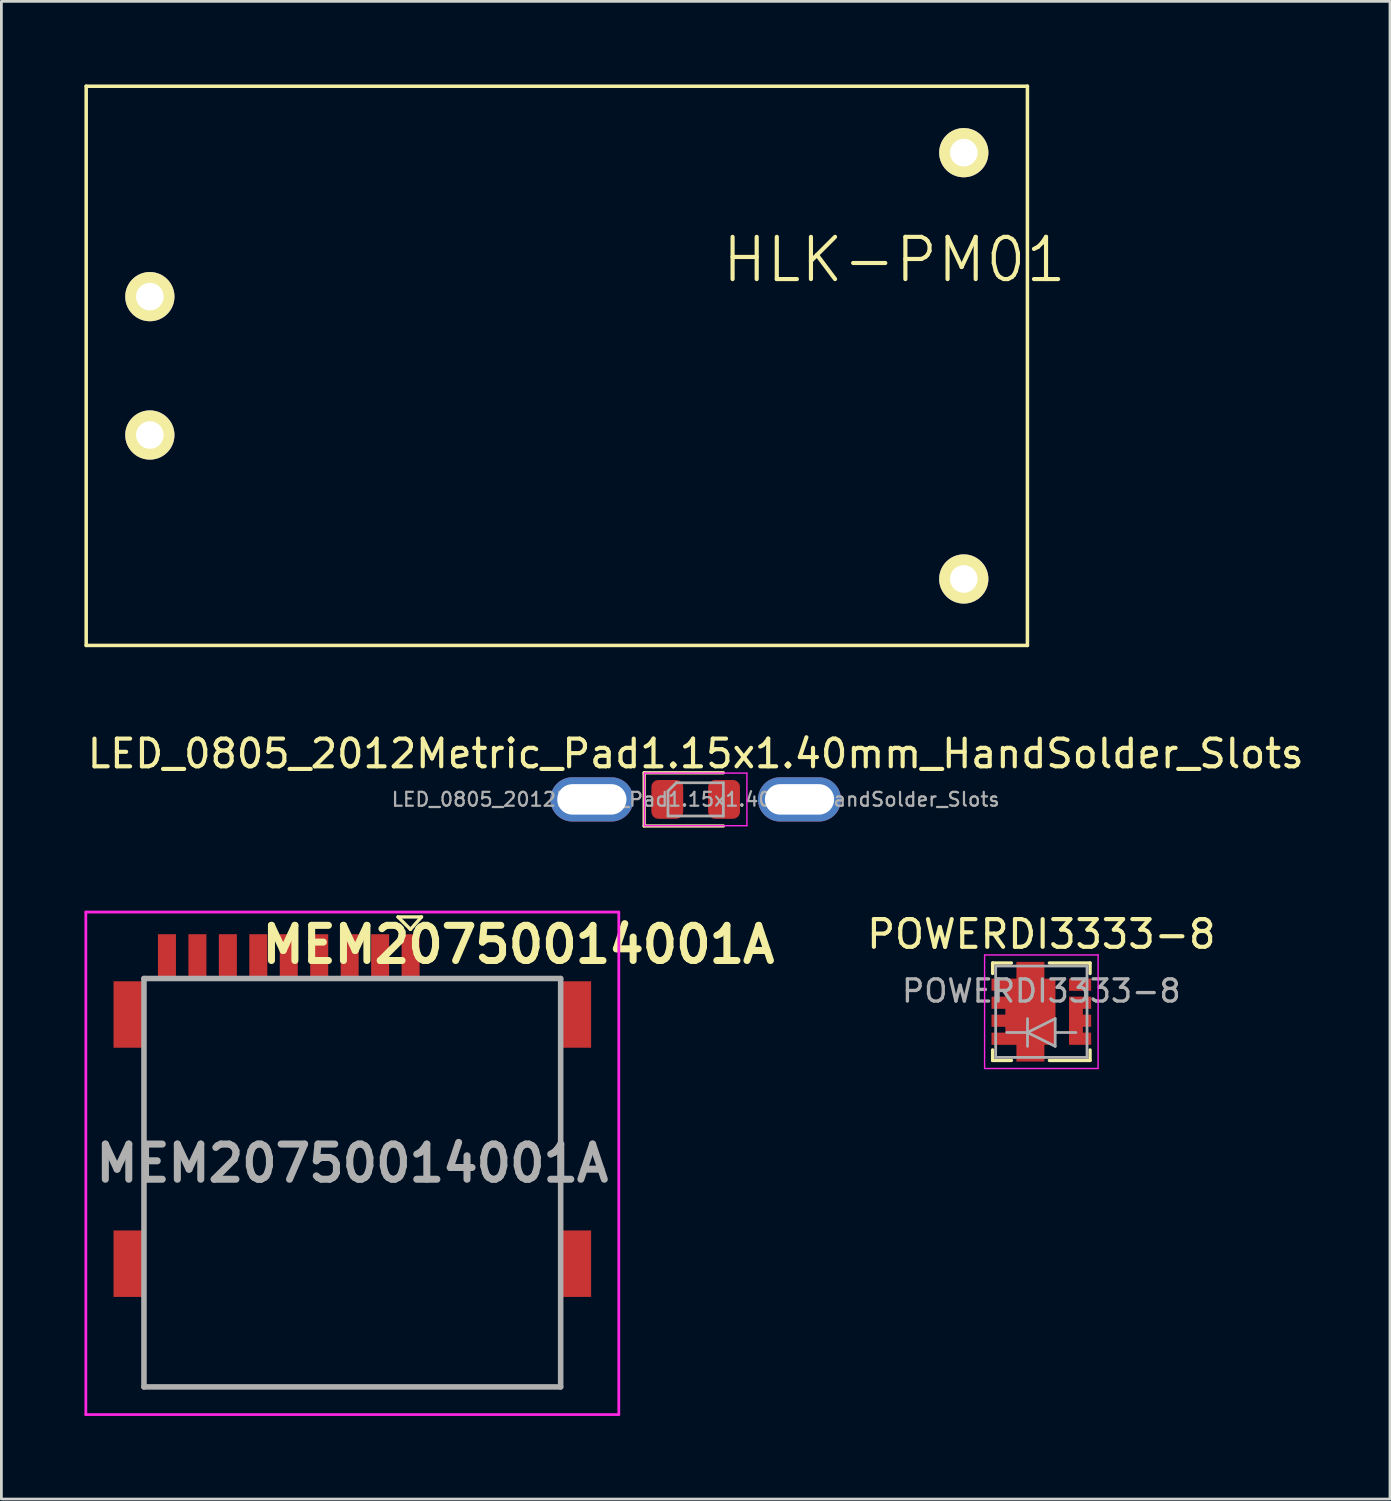
<source format=kicad_pcb>
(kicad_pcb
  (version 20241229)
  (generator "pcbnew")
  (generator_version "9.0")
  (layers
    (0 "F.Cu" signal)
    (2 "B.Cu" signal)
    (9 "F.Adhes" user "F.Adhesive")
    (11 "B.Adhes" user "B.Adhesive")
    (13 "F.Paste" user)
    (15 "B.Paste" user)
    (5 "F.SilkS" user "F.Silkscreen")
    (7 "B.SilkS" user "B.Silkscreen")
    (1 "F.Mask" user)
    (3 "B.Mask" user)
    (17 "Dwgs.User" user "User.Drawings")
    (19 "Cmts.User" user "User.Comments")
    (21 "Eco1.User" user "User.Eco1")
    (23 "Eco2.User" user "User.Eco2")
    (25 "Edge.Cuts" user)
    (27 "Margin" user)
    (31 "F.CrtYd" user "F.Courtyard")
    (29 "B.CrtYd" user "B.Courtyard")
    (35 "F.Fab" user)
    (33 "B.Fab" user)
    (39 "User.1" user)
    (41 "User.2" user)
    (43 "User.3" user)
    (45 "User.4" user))
  (footprint "POWERDI3333-8"
    (layer "F.Cu")
    (at 34.562 33.492)
    (property "Reference" "POWERDI3333-8" (at 0 -2.8 0) (layer "F.SilkS") (effects (font (size 1 1) (thickness 0.15))))
    (attr smd)
    (fp_line (start -1.76 -1.76) (end -1.76 -1.38) (stroke (width 0.12) (type solid)) (layer "F.SilkS"))
    (fp_line (start -1.76 -1.76) (end -1.08 -1.76) (stroke (width 0.12) (type solid)) (layer "F.SilkS"))
    (fp_line (start -1.76 1.76) (end -1.76 1.38) (stroke (width 0.12) (type solid)) (layer "F.SilkS"))
    (fp_line (start -1.76 1.76) (end -1.08 1.76) (stroke (width 0.12) (type solid)) (layer "F.SilkS"))
    (fp_line (start 0.29 -1.76) (end 1.76 -1.76) (stroke (width 0.12) (type solid)) (layer "F.SilkS"))
    (fp_line (start 0.29 1.76) (end 1.76 1.76) (stroke (width 0.12) (type solid)) (layer "F.SilkS"))
    (fp_line (start 1.76 -1.76) (end 1.76 -1.38) (stroke (width 0.12) (type solid)) (layer "F.SilkS"))
    (fp_line (start 1.76 1.76) (end 1.76 1.38) (stroke (width 0.12) (type solid)) (layer "F.SilkS"))
    (fp_line (start -2.05 -2.05) (end 2.05 -2.05) (stroke (width 0.05) (type solid)) (layer "F.CrtYd"))
    (fp_line (start -2.05 2.05) (end -2.05 -2.05) (stroke (width 0.05) (type solid)) (layer "F.CrtYd"))
    (fp_line (start -2.05 2.05) (end 2.05 2.05) (stroke (width 0.05) (type solid)) (layer "F.CrtYd"))
    (fp_line (start 2.05 2.05) (end 2.05 -2.05) (stroke (width 0.05) (type solid)) (layer "F.CrtYd"))
    (fp_line (start -1.65 -1.65) (end 1.65 -1.65) (stroke (width 0.1) (type solid)) (layer "F.Fab"))
    (fp_line (start -1.65 1.65) (end -1.65 -1.65) (stroke (width 0.1) (type solid)) (layer "F.Fab"))
    (fp_line (start -0.5 0.25) (end -0.5 1.25) (stroke (width 0.1) (type solid)) (layer "F.Fab"))
    (fp_line (start -0.5 0.75) (end -1.25 0.75) (stroke (width 0.1) (type solid)) (layer "F.Fab"))
    (fp_line (start -0.5 0.75) (end 0.5 0.25) (stroke (width 0.1) (type solid)) (layer "F.Fab"))
    (fp_line (start 0.5 0.25) (end 0.5 1.25) (stroke (width 0.1) (type solid)) (layer "F.Fab"))
    (fp_line (start 0.5 0.75) (end 1.25 0.75) (stroke (width 0.1) (type solid)) (layer "F.Fab"))
    (fp_line (start 0.5 1.25) (end -0.5 0.75) (stroke (width 0.1) (type solid)) (layer "F.Fab"))
    (fp_line (start 1.65 -1.65) (end 1.65 1.65) (stroke (width 0.1) (type solid)) (layer "F.Fab"))
    (fp_line (start 1.65 1.65) (end -1.65 1.65) (stroke (width 0.1) (type solid)) (layer "F.Fab"))
    (fp_text user "${REFERENCE}" (at 0 -0.75 0) (layer "F.Fab") (effects (font (size 0.8 0.8) (thickness 0.12))))
    (pad "1" smd custom (at -0.645 0) (size 0.5 0.5) (layers "F.Cu" "F.Mask" "F.Paste") (options (anchor rect)) (primitives (gr_poly (pts (xy 1.155 -1.195) (xy 0.755 -1.195) (xy 0.755 -1.8) (xy -0.255 -1.8) (xy -0.255 -1.195) (xy -1.155 -1.195) (xy -1.155 -0.755) (xy -0.655 -0.755) (xy -0.655 -0.545) (xy -1.155 -0.545) (xy -1.155 -0.105) (xy -0.655 -0.105) (xy -0.655 0.105) (xy -1.155 0.105) (xy -1.155 0.545) (xy -0.655 0.545) (xy -0.655 0.755) (xy -1.155 0.755) (xy -1.155 1.195) (xy -0.255 1.195) (xy -0.255 1.8) (xy 0.755 1.8) (xy 0.755 1.195) (xy 1.155 1.195)) (width 0) (fill yes))))
    (pad "2" smd custom (at 1.4 0.325) (size 0.4 0.4) (layers "F.Cu" "F.Mask" "F.Paste") (options (anchor rect)) (primitives (gr_poly (pts (xy -0.4 -0.87) (xy 0.4 -0.87) (xy 0.4 -0.43) (xy 0.1 -0.43) (xy 0.1 -0.22) (xy 0.4 -0.22) (xy 0.4 0.22) (xy 0.1 0.22) (xy 0.1 0.43) (xy 0.4 0.43) (xy 0.4 0.87) (xy -0.4 0.87)) (width 0) (fill yes))))
    (pad "3" smd rect (at 1.4 -0.975) (size 0.8 0.44) (layers "F.Cu" "F.Mask" "F.Paste")))
  (footprint "MEM20750014001A"
    (layer "F.Cu")
    (at 9.675 39.318)
    (property "Reference" "MEM20750014001A" (at 6 -8.25 0) (layer "F.SilkS") (effects (font (size 1.27 1.27) (thickness 0.254))))
    (attr through_hole)
    (fp_line (start -7.525 -4.025) (end -7.525 1.4) (stroke (width 0.1) (type solid)) (layer "F.SilkS"))
    (fp_line (start -7.525 4.975) (end -7.525 7.725) (stroke (width 0.1) (type solid)) (layer "F.SilkS"))
    (fp_line (start -7.525 7.725) (end 7.525 7.725) (stroke (width 0.1) (type solid)) (layer "F.SilkS"))
    (fp_line (start 1.65 -9.25) (end 2.5 -9.25) (stroke (width 0.12) (type solid)) (layer "F.SilkS"))
    (fp_line (start 2.1 -8.8) (end 1.65 -9.25) (stroke (width 0.12) (type solid)) (layer "F.SilkS"))
    (fp_line (start 2.5 -9.25) (end 2.1 -8.8) (stroke (width 0.12) (type solid)) (layer "F.SilkS"))
    (fp_line (start 2.8 -7.025) (end 7 -7.025) (stroke (width 0.1) (type solid)) (layer "F.SilkS"))
    (fp_line (start 7.525 -4.025) (end 7.525 1.4) (stroke (width 0.1) (type solid)) (layer "F.SilkS"))
    (fp_line (start 7.525 7.725) (end 7.525 4.975) (stroke (width 0.1) (type solid)) (layer "F.SilkS"))
    (fp_line (start -9.625 -9.425) (end 9.625 -9.425) (stroke (width 0.1) (type solid)) (layer "F.CrtYd"))
    (fp_line (start -9.625 8.725) (end -9.625 -9.425) (stroke (width 0.1) (type solid)) (layer "F.CrtYd"))
    (fp_line (start 9.625 -9.425) (end 9.625 8.725) (stroke (width 0.1) (type solid)) (layer "F.CrtYd"))
    (fp_line (start 9.625 8.725) (end -9.625 8.725) (stroke (width 0.1) (type solid)) (layer "F.CrtYd"))
    (fp_line (start -7.525 -7.025) (end 7.525 -7.025) (stroke (width 0.2) (type solid)) (layer "F.Fab"))
    (fp_line (start -7.525 7.725) (end -7.525 -7.025) (stroke (width 0.2) (type solid)) (layer "F.Fab"))
    (fp_line (start 7.525 -7.025) (end 7.525 7.725) (stroke (width 0.2) (type solid)) (layer "F.Fab"))
    (fp_line (start 7.525 7.725) (end -7.525 7.725) (stroke (width 0.2) (type solid)) (layer "F.Fab"))
    (fp_text user "${REFERENCE}" (at 0 -0.35 0) (layer "F.Fab") (effects (font (size 1.27 1.27) (thickness 0.254))))
    (pad "" np_thru_hole circle (at -3.395 3.695) (size 0.001 0.001) (drill 0.95) (layers "*.Cu" "*.Mask"))
    (pad "" np_thru_hole circle (at 3.205 3.695) (size 0.001 0.001) (drill 0.95) (layers "*.Cu" "*.Mask"))
    (pad "1" smd rect (at 2.105 -7.825) (size 0.65 1.6) (layers "F.Cu" "F.Mask" "F.Paste"))
    (pad "2" smd rect (at 1.005 -7.825) (size 0.65 1.6) (layers "F.Cu" "F.Mask" "F.Paste"))
    (pad "3" smd rect (at -0.095 -7.825) (size 0.65 1.6) (layers "F.Cu" "F.Mask" "F.Paste"))
    (pad "4" smd rect (at -1.195 -7.825) (size 0.65 1.6) (layers "F.Cu" "F.Mask" "F.Paste"))
    (pad "5" smd rect (at -2.295 -7.825) (size 0.65 1.6) (layers "F.Cu" "F.Mask" "F.Paste"))
    (pad "6" smd rect (at -3.395 -7.825) (size 0.65 1.6) (layers "F.Cu" "F.Mask" "F.Paste"))
    (pad "7" smd rect (at -4.495 -7.825) (size 0.65 1.6) (layers "F.Cu" "F.Mask" "F.Paste"))
    (pad "8" smd rect (at -5.595 -7.825) (size 0.65 1.6) (layers "F.Cu" "F.Mask" "F.Paste"))
    (pad "9" smd rect (at -6.695 -7.825) (size 0.65 1.6) (layers "F.Cu" "F.Mask" "F.Paste"))
    (pad "11" smd rect (at -8.075 -5.725) (size 1.1 2.4) (layers "F.Cu" "F.Mask" "F.Paste"))
    (pad "11" smd rect (at -8.075 3.275) (size 1.1 2.4) (layers "F.Cu" "F.Mask" "F.Paste"))
    (pad "11" smd rect (at 8.075 -5.725) (size 1.1 2.4) (layers "F.Cu" "F.Mask" "F.Paste"))
    (pad "11" smd rect (at 8.075 3.275) (size 1.1 2.4) (layers "F.Cu" "F.Mask" "F.Paste")))
  (footprint "HLK-PM01"
    (layer "F.Cu")
    (at 17.061 10.163)
    (property "Reference" "HLK-PM01" (at 12.191 -3.831 0) (layer "F.SilkS") (effects (font (size 1.524 1.524) (thickness 0.15))))
    (attr exclude_from_pos_files exclude_from_bom)
    (fp_line (start -16.998 -10.099) (end 16.998 -10.099) (stroke (width 0.127) (type solid)) (layer "F.SilkS"))
    (fp_line (start -16.998 10.099) (end -16.998 -10.099) (stroke (width 0.127) (type solid)) (layer "F.SilkS"))
    (fp_line (start 16.998 -10.099) (end 16.998 10.099) (stroke (width 0.127) (type solid)) (layer "F.SilkS"))
    (fp_line (start 16.998 10.099) (end -16.998 10.099) (stroke (width 0.127) (type solid)) (layer "F.SilkS"))
    (pad "1" thru_hole circle (at -14.699 -2.499) (size 1.778 1.778) (drill 0.998) (layers "*.Cu" "F.Mask" "F.SilkS" "F.Paste"))
    (pad "2" thru_hole circle (at -14.699 2.499) (size 1.778 1.778) (drill 0.998) (layers "*.Cu" "F.Mask" "F.SilkS" "F.Paste"))
    (pad "3" thru_hole circle (at 14.699 -7.699) (size 1.778 1.778) (drill 0.998) (layers "*.Cu" "F.Mask" "F.SilkS" "F.Paste"))
    (pad "4" thru_hole circle (at 14.699 7.699) (size 1.778 1.778) (drill 0.998) (layers "*.Cu" "F.Mask" "F.SilkS" "F.Paste")))
  (footprint "LED_0805_2012Metric_Pad1.15x1.40mm_HandSolder_Slots"
    (layer "F.Cu")
    (at 22.077 25.823)
    (property "Reference" "LED_0805_2012Metric_Pad1.15x1.40mm_HandSolder_Slots" (at 0 -1.65 0) (layer "F.SilkS") (effects (font (size 1 1) (thickness 0.15))))
    (attr smd)
    (fp_line (start -1.86 -0.96) (end -1.86 0.96) (stroke (width 0.12) (type solid)) (layer "F.SilkS"))
    (fp_line (start -1.86 0.96) (end 1 0.96) (stroke (width 0.12) (type solid)) (layer "F.SilkS"))
    (fp_line (start 1 -0.96) (end -1.86 -0.96) (stroke (width 0.12) (type solid)) (layer "F.SilkS"))
    (fp_line (start -1.85 -0.95) (end 1.85 -0.95) (stroke (width 0.05) (type solid)) (layer "F.CrtYd"))
    (fp_line (start -1.85 0.95) (end -1.85 -0.95) (stroke (width 0.05) (type solid)) (layer "F.CrtYd"))
    (fp_line (start 1.85 -0.95) (end 1.85 0.95) (stroke (width 0.05) (type solid)) (layer "F.CrtYd"))
    (fp_line (start 1.85 0.95) (end -1.85 0.95) (stroke (width 0.05) (type solid)) (layer "F.CrtYd"))
    (fp_line (start -1 -0.3) (end -1 0.6) (stroke (width 0.1) (type solid)) (layer "F.Fab"))
    (fp_line (start -1 0.6) (end 1 0.6) (stroke (width 0.1) (type solid)) (layer "F.Fab"))
    (fp_line (start -0.7 -0.6) (end -1 -0.3) (stroke (width 0.1) (type solid)) (layer "F.Fab"))
    (fp_line (start 1 -0.6) (end -0.7 -0.6) (stroke (width 0.1) (type solid)) (layer "F.Fab"))
    (fp_line (start 1 0.6) (end 1 -0.6) (stroke (width 0.1) (type solid)) (layer "F.Fab"))
    (fp_text user "${REFERENCE}" (at 0 0 0) (layer "F.Fab") (effects (font (size 0.5 0.5) (thickness 0.08))))
    (pad "1" smd roundrect (at -1.025 0) (size 1.15 1.4) (layers "F.Cu" "F.Mask" "F.Paste") (roundrect_rratio 0.217))
    (pad "2" smd roundrect (at 1.025 0) (size 1.15 1.4) (layers "F.Cu" "F.Mask" "F.Paste") (roundrect_rratio 0.217))
    (pad "3" thru_hole oval (at -3.75 0) (size 3 1.6) (drill oval 2.5 1.1) (layers "*.Cu" "*.Mask"))
    (pad "3" thru_hole oval (at 3.75 0) (size 3 1.6) (drill oval 2.5 1.1) (layers "*.Cu" "*.Mask")))
  (gr_rect
    (start -3 -3)
    (end 47.155 51.093)
    (stroke (width 0.1) (type default))
    (fill no)
    (layer "Edge.Cuts")))
</source>
